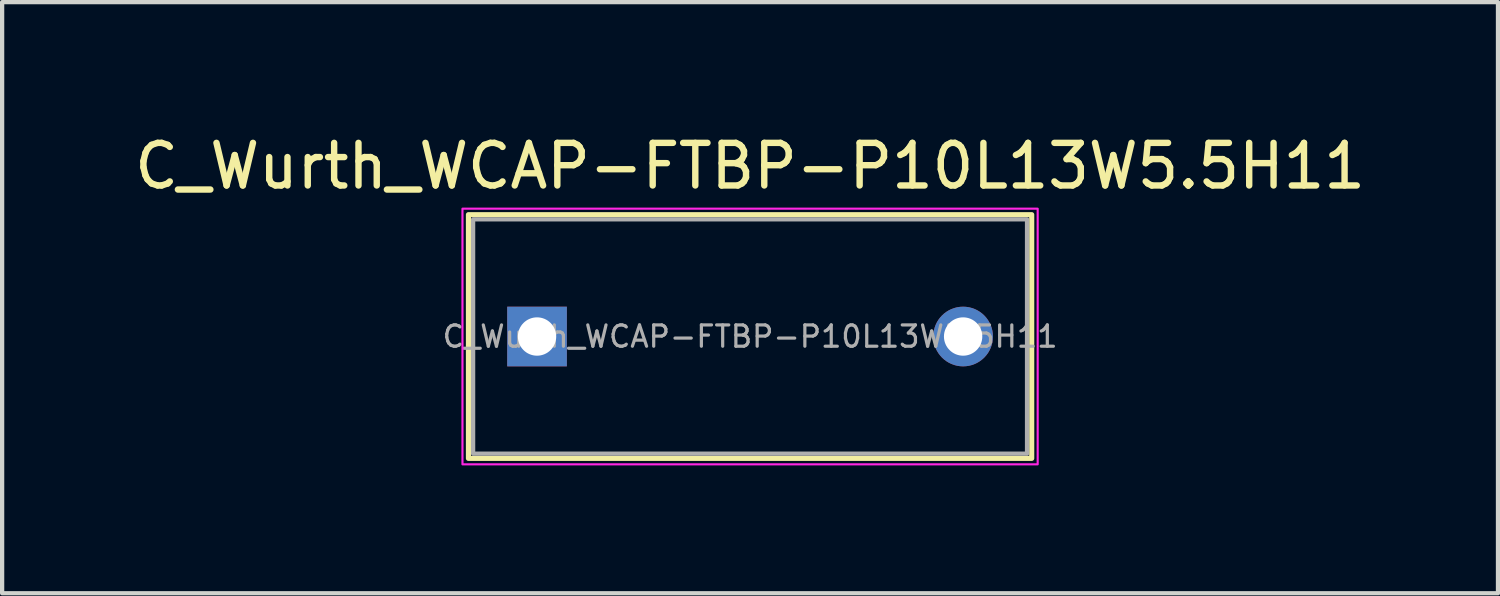
<source format=kicad_pcb>
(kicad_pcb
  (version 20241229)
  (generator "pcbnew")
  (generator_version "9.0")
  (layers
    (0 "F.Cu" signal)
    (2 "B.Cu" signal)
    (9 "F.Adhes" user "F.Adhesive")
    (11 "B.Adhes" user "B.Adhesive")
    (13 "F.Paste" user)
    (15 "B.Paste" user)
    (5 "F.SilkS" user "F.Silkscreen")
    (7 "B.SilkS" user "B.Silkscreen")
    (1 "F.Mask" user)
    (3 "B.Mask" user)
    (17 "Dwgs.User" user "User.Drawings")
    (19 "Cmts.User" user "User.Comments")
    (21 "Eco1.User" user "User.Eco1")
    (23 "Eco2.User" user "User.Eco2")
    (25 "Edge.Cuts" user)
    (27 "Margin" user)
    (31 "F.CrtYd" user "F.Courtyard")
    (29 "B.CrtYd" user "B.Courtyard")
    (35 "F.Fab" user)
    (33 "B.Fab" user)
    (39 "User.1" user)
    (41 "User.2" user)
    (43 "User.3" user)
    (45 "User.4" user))
  (footprint "C_Wurth_WCAP-FTBP-P10L13W5.5H11"
    (layer "F.Cu")
    (at 9.554 4.848)
    (property "Reference" "C_Wurth_WCAP-FTBP-P10L13W5.5H11" (at 5 -4 0) (unlocked yes) (layer "F.SilkS") (effects (font (size 1 1) (thickness 0.15))))
    (attr through_hole)
    (fp_rect (start -1.61 -2.86) (end 11.61 2.86) (stroke (width 0.12) (type solid)) (fill no) (layer "F.SilkS"))
    (fp_rect (start -1.75 -3) (end 11.75 3) (stroke (width 0.05) (type solid)) (fill no) (layer "F.CrtYd"))
    (fp_rect (start -1.5 -2.75) (end 11.5 2.75) (stroke (width 0.1) (type solid)) (fill no) (layer "F.Fab"))
    (fp_text user "${REFERENCE}" (at 5 0 0) (unlocked yes) (layer "F.Fab") (effects (font (size 0.5 0.5) (thickness 0.075))))
    (pad "1" thru_hole rect (at 0 0) (size 1.4 1.4) (drill 0.9) (layers "*.Cu" "*.Mask"))
    (pad "2" thru_hole circle (at 10 0) (size 1.4 1.4) (drill 0.9) (layers "*.Cu" "*.Mask")))
  (gr_rect
    (start -3 -3)
    (end 32.107 10.873)
    (stroke (width 0.1) (type default))
    (fill no)
    (layer "Edge.Cuts")))
</source>
